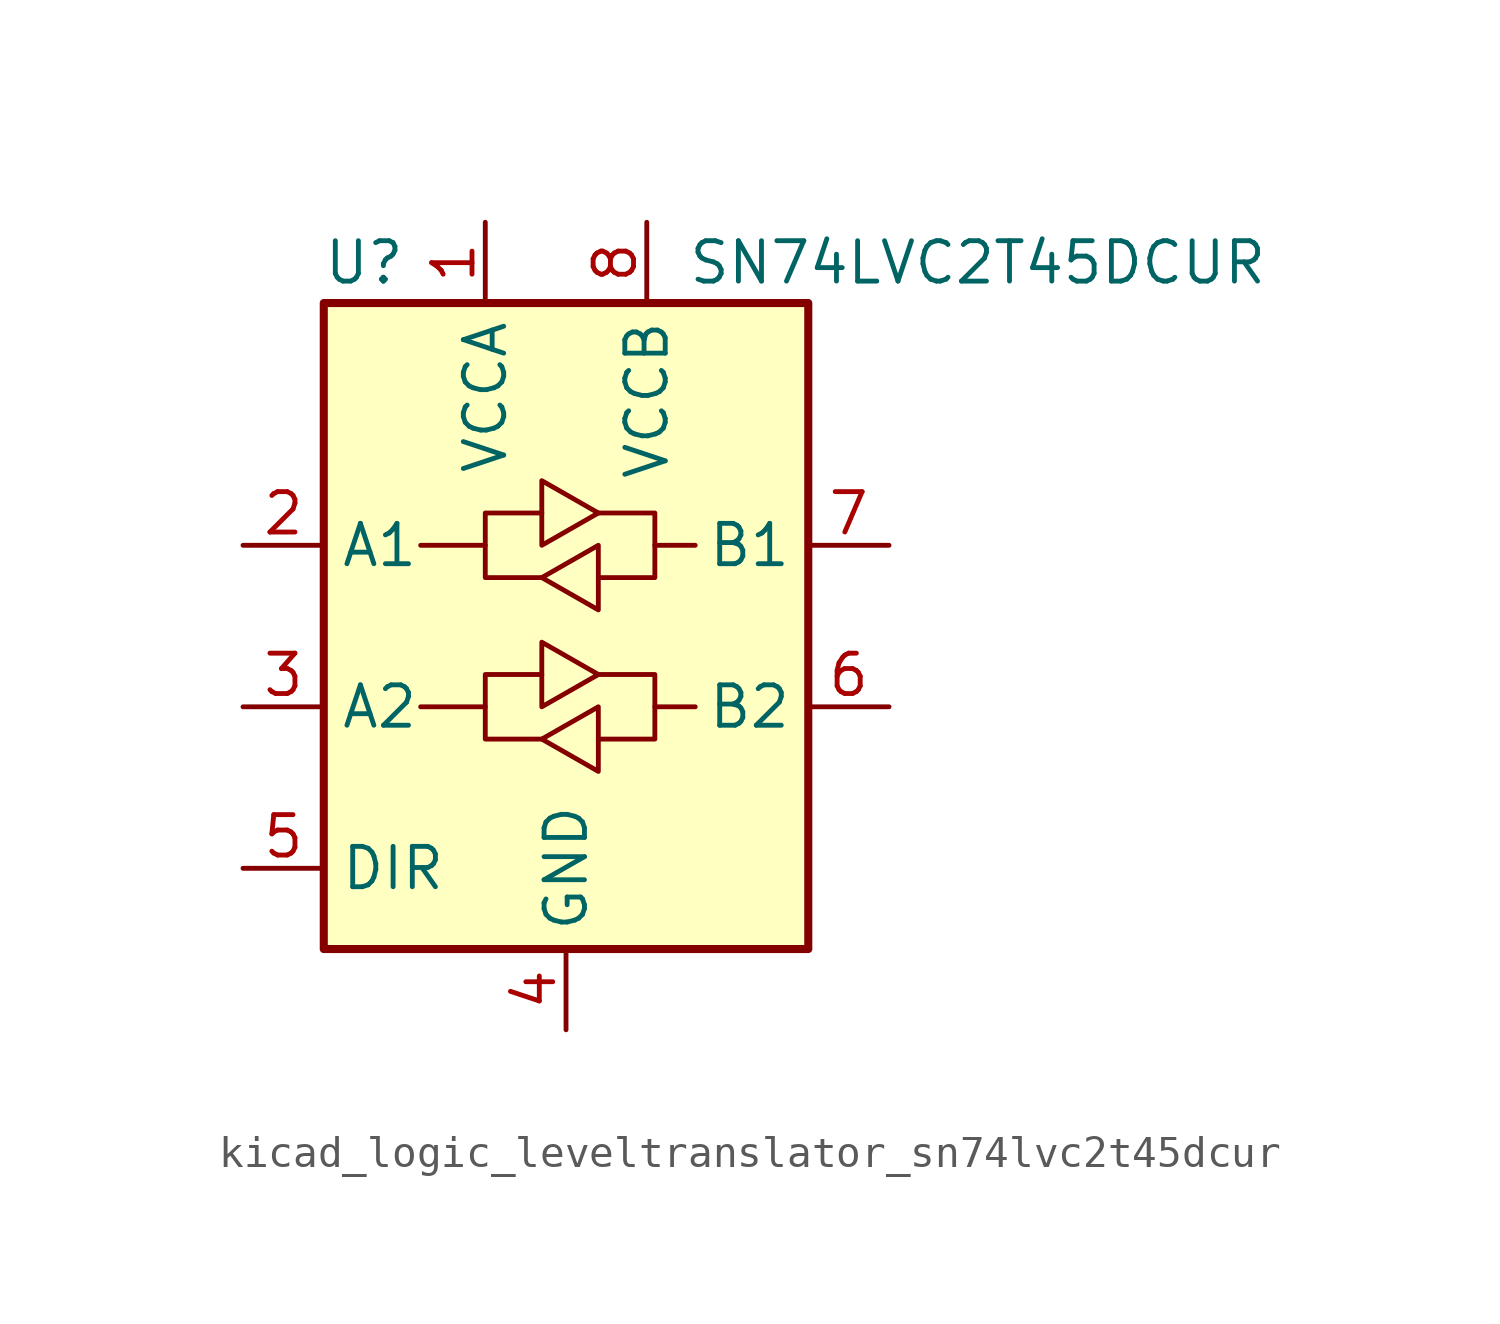
<source format=kicad_sym>
(kicad_symbol_lib
  (version 20220914)
  (generator kicad_symbol_editor)
  (symbol "kicad_logic_leveltranslator_sn74lvc2t45dcur"
    (property "Reference" "U"
      (at -6.35 11.43 0)
      (effects (font (size 1.27 1.27))))
    (property "Value" "SN74LVC2T45DCUR"
      (at 3.81 11.43 0)
      (effects (font (size 1.27 1.27)) (justify left)))
    (symbol "kicad_logic_leveltranslator_sn74lvc2t45dcur_0_1"
      (rectangle (start -7.62 10.16) (end 7.62 -10.16) (stroke (width 0.254) (type default)) (fill (type background)))
      (polyline (pts (xy -2.54 2.54) (xy -2.54 3.556) (xy -0.762 3.556)) (stroke (width 0) (type default)) (fill (type none)))
      (polyline (pts (xy 2.794 2.54) (xy 2.794 1.524) (xy 1.016 1.524)) (stroke (width 0) (type default)) (fill (type none)))
      (polyline (pts (xy -0.762 1.524) (xy -2.54 1.524) (xy -2.54 2.54) (xy -4.572 2.54)) (stroke (width 0) (type default)) (fill (type none)))
      (polyline (pts (xy -0.762 2.54) (xy -0.762 4.572) (xy 1.016 3.556) (xy -0.762 2.54)) (stroke (width 0) (type default)) (fill (type none)))
      (polyline (pts (xy 1.016 3.556) (xy 2.794 3.556) (xy 2.794 2.54) (xy 4.064 2.54)) (stroke (width 0) (type default)) (fill (type none)))
      (polyline (pts (xy 1.016 2.54) (xy 1.016 0.762) (xy 1.016 0.508) (xy -0.762 1.524) (xy 1.016 2.54)) (stroke (width 0) (type default)) (fill (type none))))
    (symbol "kicad_logic_leveltranslator_sn74lvc2t45dcur_1_1"
      (polyline (pts (xy -2.54 -2.54) (xy -2.54 -1.524) (xy -0.762 -1.524)) (stroke (width 0) (type default)) (fill (type none)))
      (polyline (pts (xy 2.794 -2.54) (xy 2.794 -3.556) (xy 1.016 -3.556)) (stroke (width 0) (type default)) (fill (type none)))
      (polyline (pts (xy -0.762 -3.556) (xy -2.54 -3.556) (xy -2.54 -2.54) (xy -4.572 -2.54)) (stroke (width 0) (type default)) (fill (type none)))
      (polyline (pts (xy -0.762 -2.54) (xy -0.762 -0.508) (xy 1.016 -1.524) (xy -0.762 -2.54)) (stroke (width 0) (type default)) (fill (type none)))
      (polyline (pts (xy 1.016 -1.524) (xy 2.794 -1.524) (xy 2.794 -2.54) (xy 4.064 -2.54)) (stroke (width 0) (type default)) (fill (type none)))
      (polyline (pts (xy 1.016 -2.54) (xy 1.016 -4.318) (xy 1.016 -4.572) (xy -0.762 -3.556) (xy 1.016 -2.54)) (stroke (width 0) (type default)) (fill (type none)))
      (pin power_in line (at -2.54 12.7 270) (length 2.54) (name "VCCA" (effects (font (size 1.27 1.27)))) (number "1" (effects (font (size 1.27 1.27)))))
      (pin bidirectional line (at -10.16 2.54 0) (length 2.54) (name "A1" (effects (font (size 1.27 1.27)))) (number "2" (effects (font (size 1.27 1.27)))))
      (pin bidirectional line (at -10.16 -2.54 0) (length 2.54) (name "A2" (effects (font (size 1.27 1.27)))) (number "3" (effects (font (size 1.27 1.27)))))
      (pin power_in line (at 0 -12.7 90) (length 2.54) (name "GND" (effects (font (size 1.27 1.27)))) (number "4" (effects (font (size 1.27 1.27)))))
      (pin input line (at -10.16 -7.62 0) (length 2.54) (name "DIR" (effects (font (size 1.27 1.27)))) (number "5" (effects (font (size 1.27 1.27)))))
      (pin bidirectional line (at 10.16 -2.54 180) (length 2.54) (name "B2" (effects (font (size 1.27 1.27)))) (number "6" (effects (font (size 1.27 1.27)))))
      (pin bidirectional line (at 10.16 2.54 180) (length 2.54) (name "B1" (effects (font (size 1.27 1.27)))) (number "7" (effects (font (size 1.27 1.27)))))
      (pin power_in line (at 2.54 12.7 270) (length 2.54) (name "VCCB" (effects (font (size 1.27 1.27)))) (number "8" (effects (font (size 1.27 1.27))))))))
</source>
